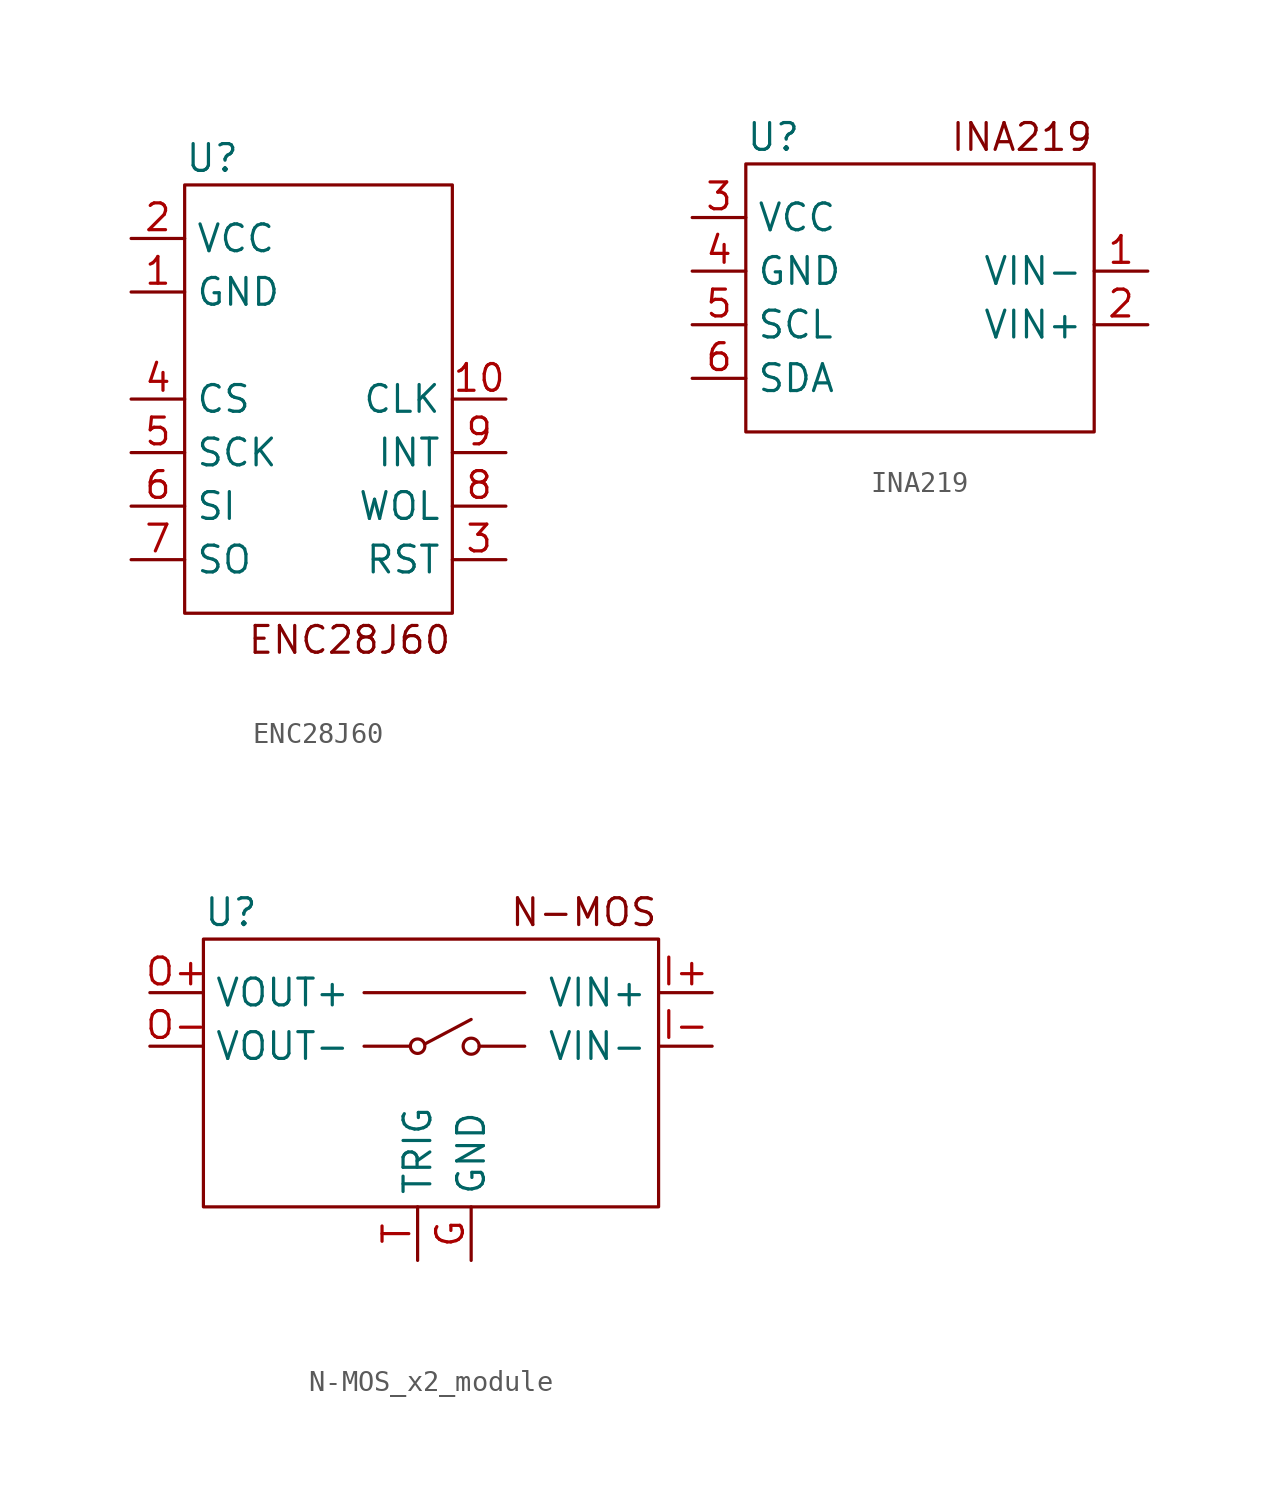
<source format=kicad_sym>
(kicad_symbol_lib
  (version 20220914)
  (generator kicad_symbol_editor)
  (symbol "ENC28J60"
    (property "Reference" "U"
      (at -6.35 11.43 0)
      (effects (font (size 1.27 1.27)) (justify left)))
    (property "Value" ""
      (at 0 0 0)
      (effects (font (size 1.27 1.27))))
    (symbol "ENC28J60_0_1"
      (polyline (pts (xy -6.35 10.16) (xy -6.35 -10.16) (xy 6.35 -10.16) (xy 6.35 10.16) (xy -6.35 10.16)) (stroke (width 0) (type default)) (fill (type none))))
    (symbol "ENC28J60_1_1"
      (text "ENC28J60" (at 6.35 -11.43 0) (effects (font (size 1.27 1.27)) (justify right)))
      (pin power_in line (at -8.89 5.08 0) (length 2.54) (name "GND" (effects (font (size 1.27 1.27)))) (number "1" (effects (font (size 1.27 1.27)))))
      (pin bidirectional line (at 8.89 0 180) (length 2.54) (name "CLK" (effects (font (size 1.27 1.27)))) (number "10" (effects (font (size 1.27 1.27)))))
      (pin power_in line (at -8.89 7.62 0) (length 2.54) (name "VCC" (effects (font (size 1.27 1.27)))) (number "2" (effects (font (size 1.27 1.27)))))
      (pin bidirectional line (at 8.89 -7.62 180) (length 2.54) (name "RST" (effects (font (size 1.27 1.27)))) (number "3" (effects (font (size 1.27 1.27)))))
      (pin input line (at -8.89 0 0) (length 2.54) (name "CS" (effects (font (size 1.27 1.27)))) (number "4" (effects (font (size 1.27 1.27)))))
      (pin input line (at -8.89 -2.54 0) (length 2.54) (name "SCK" (effects (font (size 1.27 1.27)))) (number "5" (effects (font (size 1.27 1.27)))))
      (pin input line (at -8.89 -5.08 0) (length 2.54) (name "SI" (effects (font (size 1.27 1.27)))) (number "6" (effects (font (size 1.27 1.27)))))
      (pin output line (at -8.89 -7.62 0) (length 2.54) (name "SO" (effects (font (size 1.27 1.27)))) (number "7" (effects (font (size 1.27 1.27)))))
      (pin bidirectional line (at 8.89 -5.08 180) (length 2.54) (name "WOL" (effects (font (size 1.27 1.27)))) (number "8" (effects (font (size 1.27 1.27)))))
      (pin bidirectional line (at 8.89 -2.54 180) (length 2.54) (name "INT" (effects (font (size 1.27 1.27)))) (number "9" (effects (font (size 1.27 1.27)))))))
  (symbol "INA219"
    (property "Reference" "U"
      (at -8.89 7.62 0)
      (effects (font (size 1.27 1.27)) (justify left)))
    (property "Value" ""
      (at 0 0 0)
      (effects (font (size 1.27 1.27))))
    (symbol "INA219_0_1"
      (polyline (pts (xy -8.89 6.35) (xy -8.89 -6.35) (xy 7.62 -6.35) (xy 7.62 6.35) (xy -8.89 6.35)) (stroke (width 0) (type default)) (fill (type none))))
    (symbol "INA219_1_1"
      (text "INA219" (at 7.62 7.62 0) (effects (font (size 1.27 1.27)) (justify right)))
      (pin input line (at 10.16 1.27 180) (length 2.54) (name "VIN-" (effects (font (size 1.27 1.27)))) (number "1" (effects (font (size 1.27 1.27)))))
      (pin input line (at 10.16 -1.27 180) (length 2.54) (name "VIN+" (effects (font (size 1.27 1.27)))) (number "2" (effects (font (size 1.27 1.27)))))
      (pin power_in line (at -11.43 3.81 0) (length 2.54) (name "VCC" (effects (font (size 1.27 1.27)))) (number "3" (effects (font (size 1.27 1.27)))))
      (pin power_in line (at -11.43 1.27 0) (length 2.54) (name "GND" (effects (font (size 1.27 1.27)))) (number "4" (effects (font (size 1.27 1.27)))))
      (pin input line (at -11.43 -1.27 0) (length 2.54) (name "SCL" (effects (font (size 1.27 1.27)))) (number "5" (effects (font (size 1.27 1.27)))))
      (pin bidirectional line (at -11.43 -3.81 0) (length 2.54) (name "SDA" (effects (font (size 1.27 1.27)))) (number "6" (effects (font (size 1.27 1.27)))))))
  (symbol "N-MOS_x2_module"
    (property "Reference" "U"
      (at -11.43 7.62 0)
      (effects (font (size 1.27 1.27)) (justify left)))
    (property "Value" ""
      (at 3.81 -11.43 0)
      (effects (font (size 1.27 1.27))))
    (symbol "N-MOS_x2_module_0_1"
      (circle (center -1.27 1.27) (radius 0.343) (stroke (width 0) (type default)) (fill (type none)))
      (polyline (pts (xy -3.81 3.81) (xy 3.81 3.81)) (stroke (width 0) (type default)) (fill (type none)))
      (polyline (pts (xy -1.651 1.27) (xy -3.81 1.27)) (stroke (width 0) (type default)) (fill (type none)))
      (polyline (pts (xy -0.889 1.397) (xy 1.27 2.54)) (stroke (width 0) (type default)) (fill (type none)))
      (polyline (pts (xy 1.651 1.27) (xy 3.81 1.27)) (stroke (width 0) (type default)) (fill (type none)))
      (polyline (pts (xy -11.43 6.35) (xy -11.43 -6.35) (xy 10.16 -6.35) (xy 10.16 6.35) (xy -11.43 6.35)) (stroke (width 0) (type default)) (fill (type none)))
      (circle (center 1.27 1.27) (radius 0.381) (stroke (width 0) (type default)) (fill (type none))))
    (symbol "N-MOS_x2_module_1_1"
      (text "N-MOS" (at 10.16 7.62 0) (effects (font (size 1.27 1.27)) (justify right)))
      (pin bidirectional line (at 1.27 -8.89 90) (length 2.54) (name "GND" (effects (font (size 1.27 1.27)))) (number "G" (effects (font (size 1.27 1.27)))))
      (pin input line (at 12.7 3.81 180) (length 2.54) (name "VIN+" (effects (font (size 1.27 1.27)))) (number "I+" (effects (font (size 1.27 1.27)))))
      (pin input line (at 12.7 1.27 180) (length 2.54) (name "VIN-" (effects (font (size 1.27 1.27)))) (number "I-" (effects (font (size 1.27 1.27)))))
      (pin output line (at -13.97 3.81 0) (length 2.54) (name "VOUT+" (effects (font (size 1.27 1.27)))) (number "O+" (effects (font (size 1.27 1.27)))))
      (pin output line (at -13.97 1.27 0) (length 2.54) (name "VOUT-" (effects (font (size 1.27 1.27)))) (number "O-" (effects (font (size 1.27 1.27)))))
      (pin input line (at -1.27 -8.89 90) (length 2.54) (name "TRIG" (effects (font (size 1.27 1.27)))) (number "T" (effects (font (size 1.27 1.27))))))))
</source>
